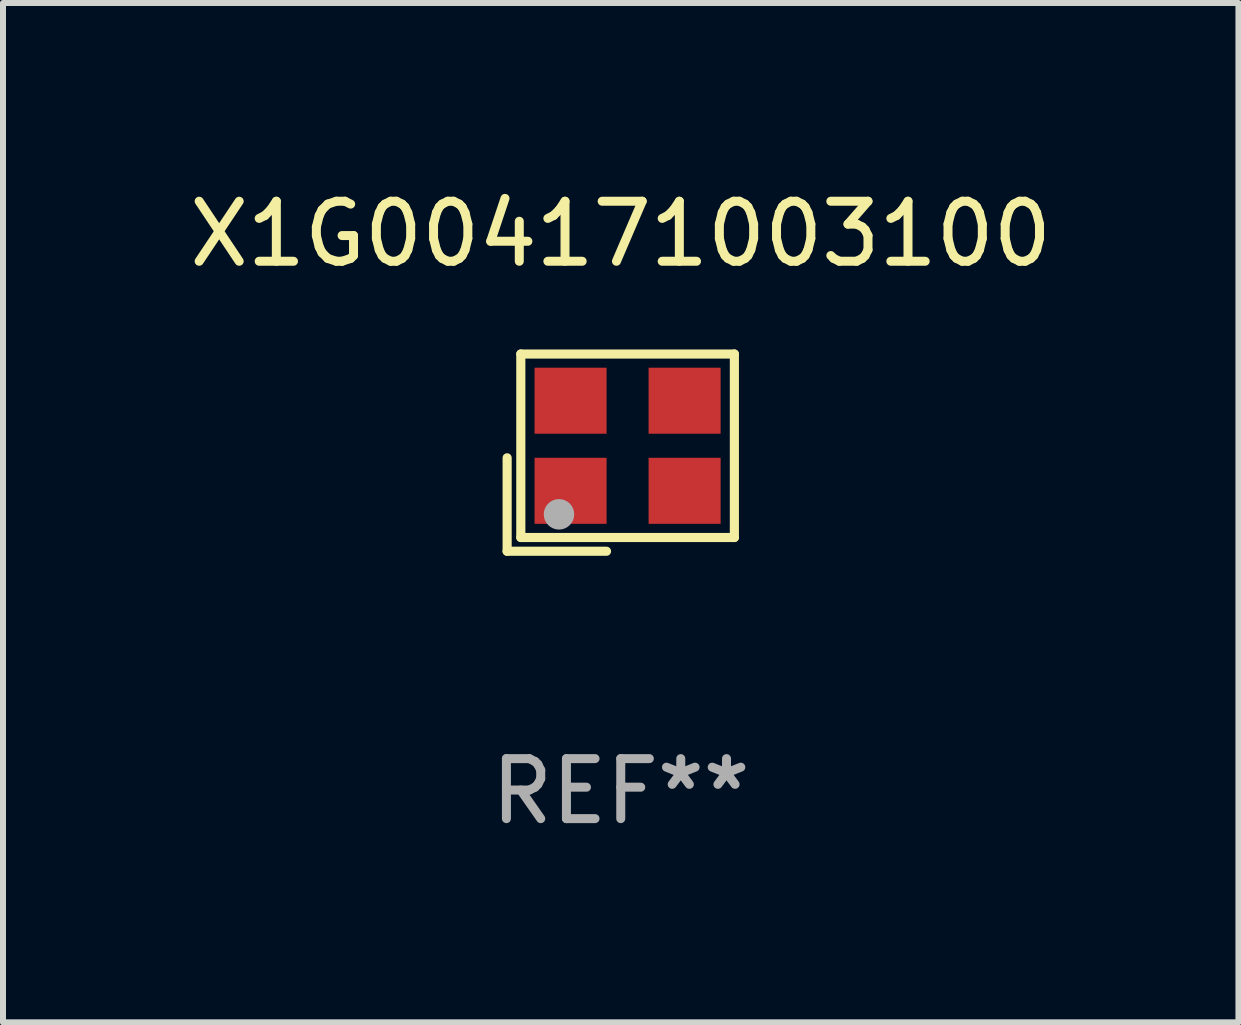
<source format=kicad_pcb>
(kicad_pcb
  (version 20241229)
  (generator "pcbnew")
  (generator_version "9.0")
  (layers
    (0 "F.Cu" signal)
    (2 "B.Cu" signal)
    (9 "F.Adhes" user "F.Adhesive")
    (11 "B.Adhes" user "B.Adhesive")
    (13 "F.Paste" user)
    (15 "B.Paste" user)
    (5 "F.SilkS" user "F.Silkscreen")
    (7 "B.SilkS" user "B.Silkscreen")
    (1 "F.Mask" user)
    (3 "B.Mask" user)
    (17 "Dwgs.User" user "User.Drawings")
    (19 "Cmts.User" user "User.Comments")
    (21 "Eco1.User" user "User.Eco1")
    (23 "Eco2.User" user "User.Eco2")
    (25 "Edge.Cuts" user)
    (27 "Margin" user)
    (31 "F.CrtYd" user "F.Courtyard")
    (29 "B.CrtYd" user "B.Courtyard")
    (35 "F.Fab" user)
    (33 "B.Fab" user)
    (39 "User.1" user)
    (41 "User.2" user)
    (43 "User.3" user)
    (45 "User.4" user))
  (footprint "X1G004171003100"
    (layer "F.Cu")
    (at 7.292 4.491)
    (property "Reference" "X1G004171003100" (at 0 -3.643 0) (layer "F.SilkS") (effects (font (size 1 1) (thickness 0.15))))
    (attr through_hole)
    (fp_line (start -1.893 0.086) (end -1.893 1.643) (stroke (width 0.152) (type solid)) (layer "F.SilkS"))
    (fp_line (start -1.893 1.643) (end -0.237 1.643) (stroke (width 0.152) (type solid)) (layer "F.SilkS"))
    (fp_line (start -1.665 -1.643) (end 1.893 -1.643) (stroke (width 0.152) (type solid)) (layer "F.SilkS"))
    (fp_line (start -1.665 1.414) (end -1.665 -1.643) (stroke (width 0.152) (type solid)) (layer "F.SilkS"))
    (fp_line (start 1.893 -1.643) (end 1.893 1.414) (stroke (width 0.152) (type solid)) (layer "F.SilkS"))
    (fp_line (start 1.893 1.414) (end -1.665 1.414) (stroke (width 0.152) (type solid)) (layer "F.SilkS"))
    (fp_circle (center -1.136 0.885) (end -1.106 0.885) (stroke (width 0.06) (type solid)) (fill no) (layer "F.SilkS"))
    (fp_circle (center -1.029 1.028) (end -0.902 1.028) (stroke (width 0.254) (type solid)) (fill no) (layer "F.Fab"))
    (fp_text user "REF**" (at 0 5.643 0) (layer "F.Fab") (effects (font (size 1 1) (thickness 0.15))))
    (pad "1" smd rect (at -0.836 0.636) (size 1.2 1.1) (layers "F.Cu" "F.Mask" "F.Paste"))
    (pad "2" smd rect (at 1.064 0.636) (size 1.2 1.1) (layers "F.Cu" "F.Mask" "F.Paste"))
    (pad "3" smd rect (at 1.064 -0.865) (size 1.2 1.1) (layers "F.Cu" "F.Mask" "F.Paste"))
    (pad "4" smd rect (at -0.836 -0.865) (size 1.2 1.1) (layers "F.Cu" "F.Mask" "F.Paste")))
  (gr_rect
    (start -3 -3)
    (end 17.583 13.983)
    (stroke (width 0.1) (type default))
    (fill no)
    (layer "Edge.Cuts")))
</source>
